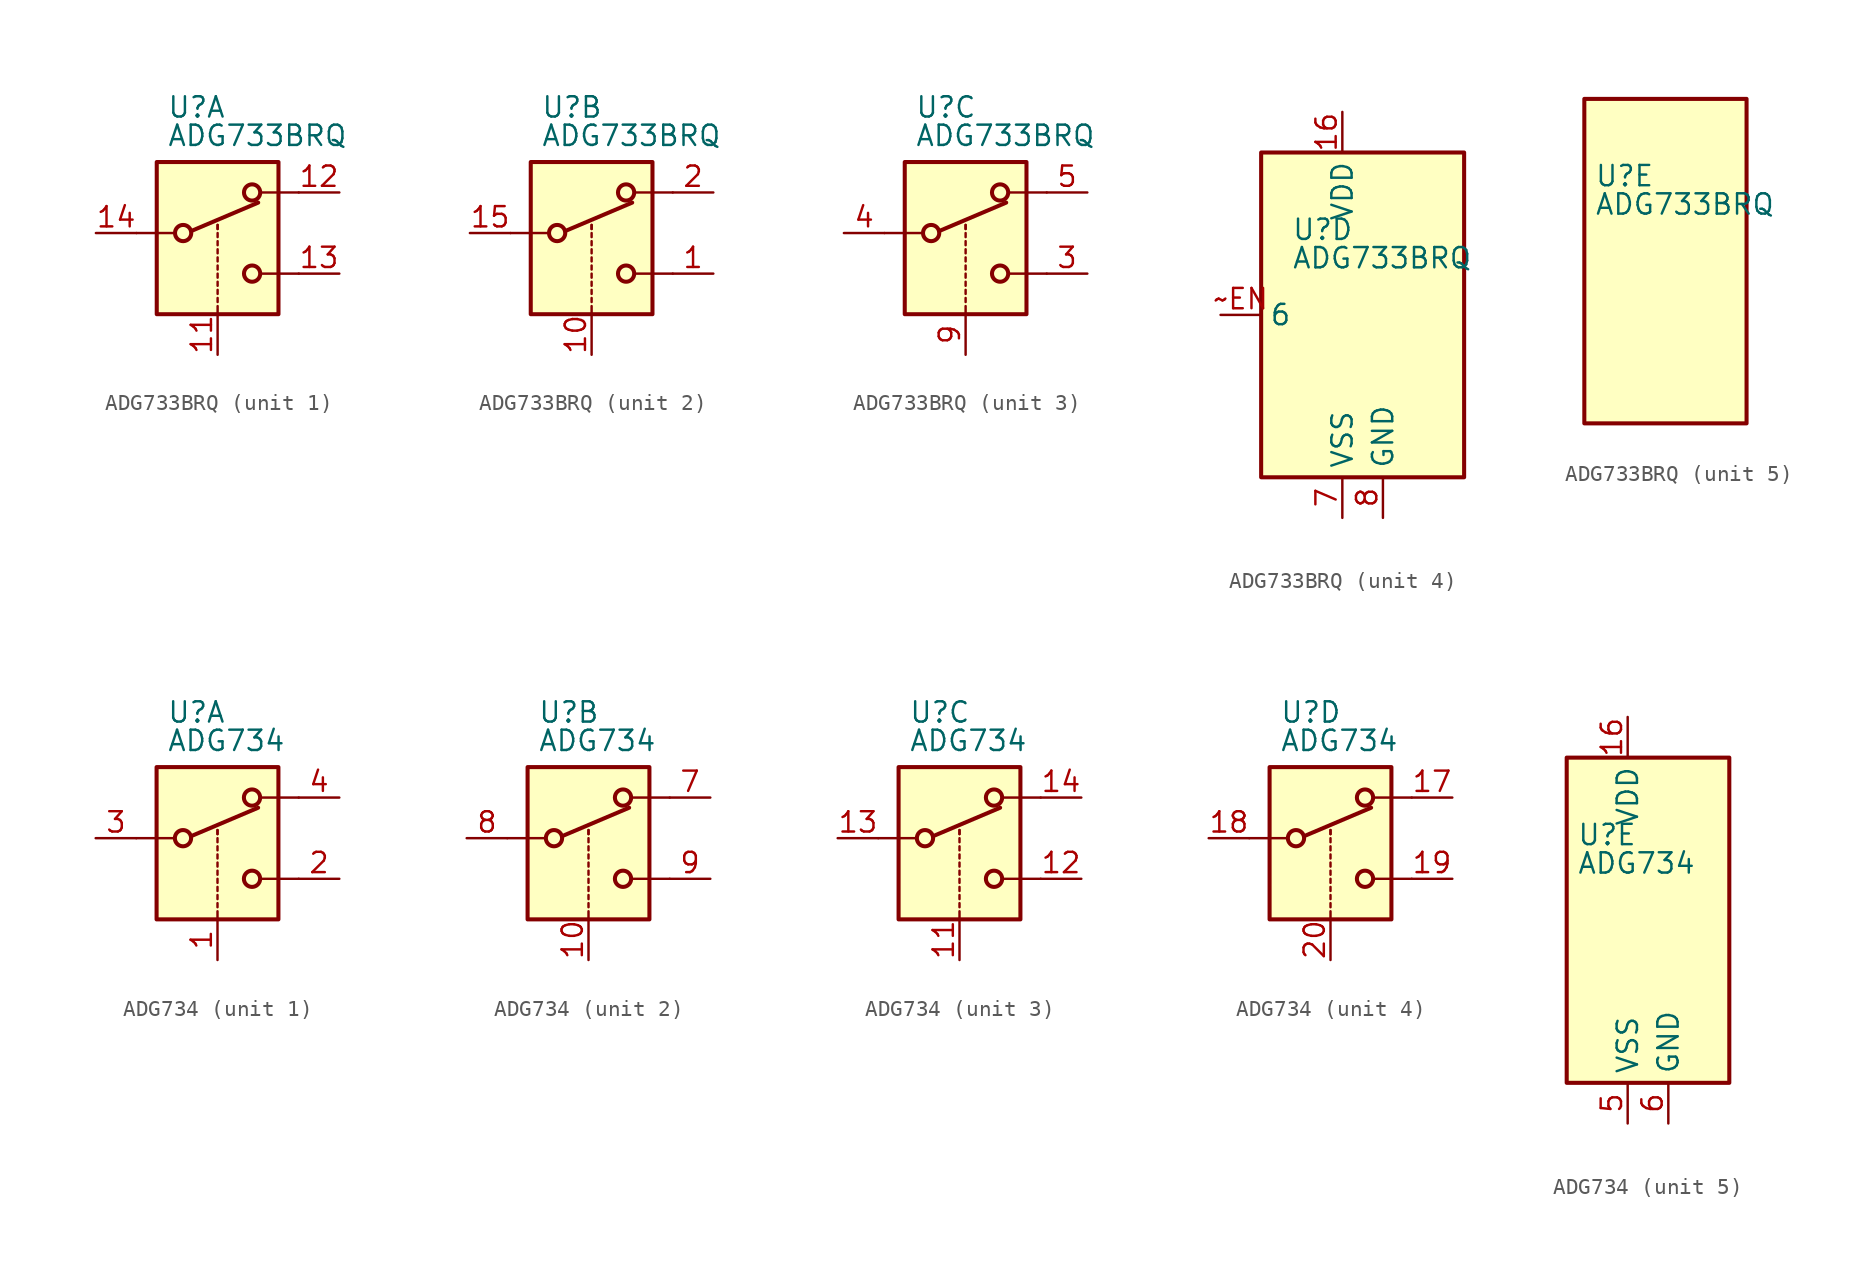
<source format=kicad_sym>
(kicad_symbol_lib
  (version 20200908)
  (generator kicad_symbol_editor)
  (symbol "Analog_Switch:ADG733BRQ"
    (property "Reference" "U"
      (at -3.175 5.334 0)
      (effects (font (size 1.27 1.27)) (justify left)))
    (property "Value" "ADG733BRQ"
      (at -3.175 3.556 0)
      (effects (font (size 1.27 1.27)) (justify left)))
    (symbol "ADG733BRQ_1_1"
      (circle (center -2.159 -2.54) (radius 0.508) (stroke (width 0.254)) (fill (type none)))
      (circle (center 2.159 -5.08) (radius 0.508) (stroke (width 0.254)) (fill (type none)))
      (circle (center 2.159 0) (radius 0.508) (stroke (width 0.254)) (fill (type none)))
      (rectangle (start -3.81 1.905) (end 3.81 -7.62) (stroke (width 0.254)) (fill (type background)))
      (polyline (pts (xy -5.08 -2.54) (xy -2.794 -2.54)) (stroke (width 0)) (fill (type none)))
      (polyline (pts (xy -1.651 -2.413) (xy 2.54 -0.635)) (stroke (width 0.254)) (fill (type none)))
      (polyline (pts (xy 0 -7.62) (xy 0 -7.112)) (stroke (width 0)) (fill (type none)))
      (polyline (pts (xy 0 -6.858) (xy 0 -6.604)) (stroke (width 0)) (fill (type none)))
      (polyline (pts (xy 0 -6.35) (xy 0 -6.096)) (stroke (width 0)) (fill (type none)))
      (polyline (pts (xy 0 -5.842) (xy 0 -5.588)) (stroke (width 0)) (fill (type none)))
      (polyline (pts (xy 0 -5.334) (xy 0 -5.08)) (stroke (width 0)) (fill (type none)))
      (polyline (pts (xy 0 -4.826) (xy 0 -4.572)) (stroke (width 0)) (fill (type none)))
      (polyline (pts (xy 0 -4.318) (xy 0 -4.064)) (stroke (width 0)) (fill (type none)))
      (polyline (pts (xy 0 -3.81) (xy 0 -3.556)) (stroke (width 0)) (fill (type none)))
      (polyline (pts (xy 0 -3.302) (xy 0 -3.048)) (stroke (width 0)) (fill (type none)))
      (polyline (pts (xy 0 -2.794) (xy 0 -2.54)) (stroke (width 0)) (fill (type none)))
      (polyline (pts (xy 0 -2.286) (xy 0 -2.032)) (stroke (width 0)) (fill (type none)))
      (polyline (pts (xy 0 -2.286) (xy 0 -2.032)) (stroke (width 0)) (fill (type none)))
      (polyline (pts (xy 5.08 -5.08) (xy 2.794 -5.08)) (stroke (width 0)) (fill (type none)))
      (polyline (pts (xy 5.08 0) (xy 2.794 0)) (stroke (width 0)) (fill (type none)))
      (pin input line (at 0 -10.16 90) (length 2.54) (name "~" (effects (font (size 1.27 1.27)))) (number "11" (effects (font (size 1.27 1.27)))))
      (pin passive line (at 7.62 0 180) (length 2.54) (name "~" (effects (font (size 1.27 1.27)))) (number "12" (effects (font (size 1.27 1.27)))))
      (pin passive line (at 7.62 -5.08 180) (length 2.54) (name "~" (effects (font (size 1.27 1.27)))) (number "13" (effects (font (size 1.27 1.27)))))
      (pin passive line (at -7.62 -2.54 0) (length 2.54) (name "~" (effects (font (size 1.27 1.27)))) (number "14" (effects (font (size 1.27 1.27))))))
    (symbol "ADG733BRQ_2_1"
      (circle (center -2.159 -2.54) (radius 0.508) (stroke (width 0.254)) (fill (type none)))
      (circle (center 2.159 -5.08) (radius 0.508) (stroke (width 0.254)) (fill (type none)))
      (circle (center 2.159 0) (radius 0.508) (stroke (width 0.254)) (fill (type none)))
      (rectangle (start -3.81 1.905) (end 3.81 -7.62) (stroke (width 0.254)) (fill (type background)))
      (polyline (pts (xy -5.08 -2.54) (xy -2.794 -2.54)) (stroke (width 0)) (fill (type none)))
      (polyline (pts (xy -1.651 -2.413) (xy 2.54 -0.635)) (stroke (width 0.254)) (fill (type none)))
      (polyline (pts (xy 0 -7.62) (xy 0 -7.112)) (stroke (width 0)) (fill (type none)))
      (polyline (pts (xy 0 -6.858) (xy 0 -6.604)) (stroke (width 0)) (fill (type none)))
      (polyline (pts (xy 0 -6.35) (xy 0 -6.096)) (stroke (width 0)) (fill (type none)))
      (polyline (pts (xy 0 -5.842) (xy 0 -5.588)) (stroke (width 0)) (fill (type none)))
      (polyline (pts (xy 0 -5.334) (xy 0 -5.08)) (stroke (width 0)) (fill (type none)))
      (polyline (pts (xy 0 -4.826) (xy 0 -4.572)) (stroke (width 0)) (fill (type none)))
      (polyline (pts (xy 0 -4.318) (xy 0 -4.064)) (stroke (width 0)) (fill (type none)))
      (polyline (pts (xy 0 -3.81) (xy 0 -3.556)) (stroke (width 0)) (fill (type none)))
      (polyline (pts (xy 0 -3.302) (xy 0 -3.048)) (stroke (width 0)) (fill (type none)))
      (polyline (pts (xy 0 -2.794) (xy 0 -2.54)) (stroke (width 0)) (fill (type none)))
      (polyline (pts (xy 0 -2.286) (xy 0 -2.032)) (stroke (width 0)) (fill (type none)))
      (polyline (pts (xy 0 -2.286) (xy 0 -2.032)) (stroke (width 0)) (fill (type none)))
      (polyline (pts (xy 5.08 -5.08) (xy 2.794 -5.08)) (stroke (width 0)) (fill (type none)))
      (polyline (pts (xy 5.08 0) (xy 2.794 0)) (stroke (width 0)) (fill (type none)))
      (pin passive line (at 7.62 -5.08 180) (length 2.54) (name "~" (effects (font (size 1.27 1.27)))) (number "1" (effects (font (size 1.27 1.27)))))
      (pin input line (at 0 -10.16 90) (length 2.54) (name "~" (effects (font (size 1.27 1.27)))) (number "10" (effects (font (size 1.27 1.27)))))
      (pin passive line (at -7.62 -2.54 0) (length 2.54) (name "~" (effects (font (size 1.27 1.27)))) (number "15" (effects (font (size 1.27 1.27)))))
      (pin passive line (at 7.62 0 180) (length 2.54) (name "~" (effects (font (size 1.27 1.27)))) (number "2" (effects (font (size 1.27 1.27))))))
    (symbol "ADG733BRQ_3_1"
      (circle (center -2.159 -2.54) (radius 0.508) (stroke (width 0.254)) (fill (type none)))
      (circle (center 2.159 -5.08) (radius 0.508) (stroke (width 0.254)) (fill (type none)))
      (circle (center 2.159 0) (radius 0.508) (stroke (width 0.254)) (fill (type none)))
      (rectangle (start -3.81 1.905) (end 3.81 -7.62) (stroke (width 0.254)) (fill (type background)))
      (polyline (pts (xy -5.08 -2.54) (xy -2.794 -2.54)) (stroke (width 0)) (fill (type none)))
      (polyline (pts (xy -1.651 -2.413) (xy 2.54 -0.635)) (stroke (width 0.254)) (fill (type none)))
      (polyline (pts (xy 0 -7.62) (xy 0 -7.112)) (stroke (width 0)) (fill (type none)))
      (polyline (pts (xy 0 -6.858) (xy 0 -6.604)) (stroke (width 0)) (fill (type none)))
      (polyline (pts (xy 0 -6.35) (xy 0 -6.096)) (stroke (width 0)) (fill (type none)))
      (polyline (pts (xy 0 -5.842) (xy 0 -5.588)) (stroke (width 0)) (fill (type none)))
      (polyline (pts (xy 0 -5.334) (xy 0 -5.08)) (stroke (width 0)) (fill (type none)))
      (polyline (pts (xy 0 -4.826) (xy 0 -4.572)) (stroke (width 0)) (fill (type none)))
      (polyline (pts (xy 0 -4.318) (xy 0 -4.064)) (stroke (width 0)) (fill (type none)))
      (polyline (pts (xy 0 -3.81) (xy 0 -3.556)) (stroke (width 0)) (fill (type none)))
      (polyline (pts (xy 0 -3.302) (xy 0 -3.048)) (stroke (width 0)) (fill (type none)))
      (polyline (pts (xy 0 -2.794) (xy 0 -2.54)) (stroke (width 0)) (fill (type none)))
      (polyline (pts (xy 0 -2.286) (xy 0 -2.032)) (stroke (width 0)) (fill (type none)))
      (polyline (pts (xy 0 -2.286) (xy 0 -2.032)) (stroke (width 0)) (fill (type none)))
      (polyline (pts (xy 5.08 -5.08) (xy 2.794 -5.08)) (stroke (width 0)) (fill (type none)))
      (polyline (pts (xy 5.08 0) (xy 2.794 0)) (stroke (width 0)) (fill (type none)))
      (pin passive line (at 7.62 -5.08 180) (length 2.54) (name "~" (effects (font (size 1.27 1.27)))) (number "3" (effects (font (size 1.27 1.27)))))
      (pin passive line (at -7.62 -2.54 0) (length 2.54) (name "~" (effects (font (size 1.27 1.27)))) (number "4" (effects (font (size 1.27 1.27)))))
      (pin passive line (at 7.62 0 180) (length 2.54) (name "~" (effects (font (size 1.27 1.27)))) (number "5" (effects (font (size 1.27 1.27)))))
      (pin input line (at 0 -10.16 90) (length 2.54) (name "~" (effects (font (size 1.27 1.27)))) (number "9" (effects (font (size 1.27 1.27))))))
    (symbol "ADG733BRQ_4_1"
      (rectangle (start -5.08 10.16) (end 7.62 -10.16) (stroke (width 0.254)) (fill (type background))))
    (symbol "ADG733BRQ_5_1"
      (rectangle (start -3.81 10.16) (end 6.35 -10.16) (stroke (width 0.254)) (fill (type background))))
    (symbol "ADG733BRQ_4_0"
      (pin power_in line (at 0 12.7 270) (length 2.54) (name "VDD" (effects (font (size 1.27 1.27)))) (number "16" (effects (font (size 1.27 1.27)))))
      (pin power_in line (at 0 -12.7 90) (length 2.54) (name "VSS" (effects (font (size 1.27 1.27)))) (number "7" (effects (font (size 1.27 1.27)))))
      (pin power_in line (at 2.54 -12.7 90) (length 2.54) (name "GND" (effects (font (size 1.27 1.27)))) (number "8" (effects (font (size 1.27 1.27)))))
      (pin input line (at -7.62 0 0) (length 2.54) (name "6" (effects (font (size 1.27 1.27)))) (number "~EN" (effects (font (size 1.27 1.27)))))))
  (symbol "Analog_Switch:ADG734"
    (property "Reference" "U"
      (at -3.175 5.334 0)
      (effects (font (size 1.27 1.27)) (justify left)))
    (property "Value" "ADG734"
      (at -3.175 3.556 0)
      (effects (font (size 1.27 1.27)) (justify left)))
    (symbol "ADG734_1_1"
      (circle (center -2.159 -2.54) (radius 0.508) (stroke (width 0.254)) (fill (type none)))
      (circle (center 2.159 -5.08) (radius 0.508) (stroke (width 0.254)) (fill (type none)))
      (circle (center 2.159 0) (radius 0.508) (stroke (width 0.254)) (fill (type none)))
      (rectangle (start -3.81 1.905) (end 3.81 -7.62) (stroke (width 0.254)) (fill (type background)))
      (polyline (pts (xy -5.08 -2.54) (xy -2.794 -2.54)) (stroke (width 0)) (fill (type none)))
      (polyline (pts (xy -1.651 -2.413) (xy 2.54 -0.635)) (stroke (width 0.254)) (fill (type none)))
      (polyline (pts (xy 0 -7.62) (xy 0 -7.112)) (stroke (width 0)) (fill (type none)))
      (polyline (pts (xy 0 -6.858) (xy 0 -6.604)) (stroke (width 0)) (fill (type none)))
      (polyline (pts (xy 0 -6.35) (xy 0 -6.096)) (stroke (width 0)) (fill (type none)))
      (polyline (pts (xy 0 -5.842) (xy 0 -5.588)) (stroke (width 0)) (fill (type none)))
      (polyline (pts (xy 0 -5.334) (xy 0 -5.08)) (stroke (width 0)) (fill (type none)))
      (polyline (pts (xy 0 -4.826) (xy 0 -4.572)) (stroke (width 0)) (fill (type none)))
      (polyline (pts (xy 0 -4.318) (xy 0 -4.064)) (stroke (width 0)) (fill (type none)))
      (polyline (pts (xy 0 -3.81) (xy 0 -3.556)) (stroke (width 0)) (fill (type none)))
      (polyline (pts (xy 0 -3.302) (xy 0 -3.048)) (stroke (width 0)) (fill (type none)))
      (polyline (pts (xy 0 -2.794) (xy 0 -2.54)) (stroke (width 0)) (fill (type none)))
      (polyline (pts (xy 0 -2.286) (xy 0 -2.032)) (stroke (width 0)) (fill (type none)))
      (polyline (pts (xy 0 -2.286) (xy 0 -2.032)) (stroke (width 0)) (fill (type none)))
      (polyline (pts (xy 5.08 -5.08) (xy 2.794 -5.08)) (stroke (width 0)) (fill (type none)))
      (polyline (pts (xy 5.08 0) (xy 2.794 0)) (stroke (width 0)) (fill (type none)))
      (pin input line (at 0 -10.16 90) (length 2.54) (name "~" (effects (font (size 1.27 1.27)))) (number "1" (effects (font (size 1.27 1.27)))))
      (pin passive line (at 7.62 -5.08 180) (length 2.54) (name "~" (effects (font (size 1.27 1.27)))) (number "2" (effects (font (size 1.27 1.27)))))
      (pin passive line (at -7.62 -2.54 0) (length 2.54) (name "~" (effects (font (size 1.27 1.27)))) (number "3" (effects (font (size 1.27 1.27)))))
      (pin passive line (at 7.62 0 180) (length 2.54) (name "~" (effects (font (size 1.27 1.27)))) (number "4" (effects (font (size 1.27 1.27))))))
    (symbol "ADG734_2_1"
      (circle (center -2.159 -2.54) (radius 0.508) (stroke (width 0.254)) (fill (type none)))
      (circle (center 2.159 -5.08) (radius 0.508) (stroke (width 0.254)) (fill (type none)))
      (circle (center 2.159 0) (radius 0.508) (stroke (width 0.254)) (fill (type none)))
      (rectangle (start -3.81 1.905) (end 3.81 -7.62) (stroke (width 0.254)) (fill (type background)))
      (polyline (pts (xy -5.08 -2.54) (xy -2.794 -2.54)) (stroke (width 0)) (fill (type none)))
      (polyline (pts (xy -1.651 -2.413) (xy 2.54 -0.635)) (stroke (width 0.254)) (fill (type none)))
      (polyline (pts (xy 0 -7.62) (xy 0 -7.112)) (stroke (width 0)) (fill (type none)))
      (polyline (pts (xy 0 -6.858) (xy 0 -6.604)) (stroke (width 0)) (fill (type none)))
      (polyline (pts (xy 0 -6.35) (xy 0 -6.096)) (stroke (width 0)) (fill (type none)))
      (polyline (pts (xy 0 -5.842) (xy 0 -5.588)) (stroke (width 0)) (fill (type none)))
      (polyline (pts (xy 0 -5.334) (xy 0 -5.08)) (stroke (width 0)) (fill (type none)))
      (polyline (pts (xy 0 -4.826) (xy 0 -4.572)) (stroke (width 0)) (fill (type none)))
      (polyline (pts (xy 0 -4.318) (xy 0 -4.064)) (stroke (width 0)) (fill (type none)))
      (polyline (pts (xy 0 -3.81) (xy 0 -3.556)) (stroke (width 0)) (fill (type none)))
      (polyline (pts (xy 0 -3.302) (xy 0 -3.048)) (stroke (width 0)) (fill (type none)))
      (polyline (pts (xy 0 -2.794) (xy 0 -2.54)) (stroke (width 0)) (fill (type none)))
      (polyline (pts (xy 0 -2.286) (xy 0 -2.032)) (stroke (width 0)) (fill (type none)))
      (polyline (pts (xy 0 -2.286) (xy 0 -2.032)) (stroke (width 0)) (fill (type none)))
      (polyline (pts (xy 5.08 -5.08) (xy 2.794 -5.08)) (stroke (width 0)) (fill (type none)))
      (polyline (pts (xy 5.08 0) (xy 2.794 0)) (stroke (width 0)) (fill (type none)))
      (pin input line (at 0 -10.16 90) (length 2.54) (name "~" (effects (font (size 1.27 1.27)))) (number "10" (effects (font (size 1.27 1.27)))))
      (pin passive line (at 7.62 0 180) (length 2.54) (name "~" (effects (font (size 1.27 1.27)))) (number "7" (effects (font (size 1.27 1.27)))))
      (pin passive line (at -7.62 -2.54 0) (length 2.54) (name "~" (effects (font (size 1.27 1.27)))) (number "8" (effects (font (size 1.27 1.27)))))
      (pin passive line (at 7.62 -5.08 180) (length 2.54) (name "~" (effects (font (size 1.27 1.27)))) (number "9" (effects (font (size 1.27 1.27))))))
    (symbol "ADG734_3_1"
      (circle (center -2.159 -2.54) (radius 0.508) (stroke (width 0.254)) (fill (type none)))
      (circle (center 2.159 -5.08) (radius 0.508) (stroke (width 0.254)) (fill (type none)))
      (circle (center 2.159 0) (radius 0.508) (stroke (width 0.254)) (fill (type none)))
      (rectangle (start -3.81 1.905) (end 3.81 -7.62) (stroke (width 0.254)) (fill (type background)))
      (polyline (pts (xy -5.08 -2.54) (xy -2.794 -2.54)) (stroke (width 0)) (fill (type none)))
      (polyline (pts (xy -1.651 -2.413) (xy 2.54 -0.635)) (stroke (width 0.254)) (fill (type none)))
      (polyline (pts (xy 0 -7.62) (xy 0 -7.112)) (stroke (width 0)) (fill (type none)))
      (polyline (pts (xy 0 -6.858) (xy 0 -6.604)) (stroke (width 0)) (fill (type none)))
      (polyline (pts (xy 0 -6.35) (xy 0 -6.096)) (stroke (width 0)) (fill (type none)))
      (polyline (pts (xy 0 -5.842) (xy 0 -5.588)) (stroke (width 0)) (fill (type none)))
      (polyline (pts (xy 0 -5.334) (xy 0 -5.08)) (stroke (width 0)) (fill (type none)))
      (polyline (pts (xy 0 -4.826) (xy 0 -4.572)) (stroke (width 0)) (fill (type none)))
      (polyline (pts (xy 0 -4.318) (xy 0 -4.064)) (stroke (width 0)) (fill (type none)))
      (polyline (pts (xy 0 -3.81) (xy 0 -3.556)) (stroke (width 0)) (fill (type none)))
      (polyline (pts (xy 0 -3.302) (xy 0 -3.048)) (stroke (width 0)) (fill (type none)))
      (polyline (pts (xy 0 -2.794) (xy 0 -2.54)) (stroke (width 0)) (fill (type none)))
      (polyline (pts (xy 0 -2.286) (xy 0 -2.032)) (stroke (width 0)) (fill (type none)))
      (polyline (pts (xy 0 -2.286) (xy 0 -2.032)) (stroke (width 0)) (fill (type none)))
      (polyline (pts (xy 5.08 -5.08) (xy 2.794 -5.08)) (stroke (width 0)) (fill (type none)))
      (polyline (pts (xy 5.08 0) (xy 2.794 0)) (stroke (width 0)) (fill (type none)))
      (pin input line (at 0 -10.16 90) (length 2.54) (name "~" (effects (font (size 1.27 1.27)))) (number "11" (effects (font (size 1.27 1.27)))))
      (pin passive line (at 7.62 -5.08 180) (length 2.54) (name "~" (effects (font (size 1.27 1.27)))) (number "12" (effects (font (size 1.27 1.27)))))
      (pin passive line (at -7.62 -2.54 0) (length 2.54) (name "~" (effects (font (size 1.27 1.27)))) (number "13" (effects (font (size 1.27 1.27)))))
      (pin passive line (at 7.62 0 180) (length 2.54) (name "~" (effects (font (size 1.27 1.27)))) (number "14" (effects (font (size 1.27 1.27))))))
    (symbol "ADG734_4_1"
      (circle (center -2.159 -2.54) (radius 0.508) (stroke (width 0.254)) (fill (type none)))
      (circle (center 2.159 -5.08) (radius 0.508) (stroke (width 0.254)) (fill (type none)))
      (circle (center 2.159 0) (radius 0.508) (stroke (width 0.254)) (fill (type none)))
      (rectangle (start -3.81 1.905) (end 3.81 -7.62) (stroke (width 0.254)) (fill (type background)))
      (polyline (pts (xy -5.08 -2.54) (xy -2.794 -2.54)) (stroke (width 0)) (fill (type none)))
      (polyline (pts (xy -1.651 -2.413) (xy 2.54 -0.635)) (stroke (width 0.254)) (fill (type none)))
      (polyline (pts (xy 0 -7.62) (xy 0 -7.112)) (stroke (width 0)) (fill (type none)))
      (polyline (pts (xy 0 -6.858) (xy 0 -6.604)) (stroke (width 0)) (fill (type none)))
      (polyline (pts (xy 0 -6.35) (xy 0 -6.096)) (stroke (width 0)) (fill (type none)))
      (polyline (pts (xy 0 -5.842) (xy 0 -5.588)) (stroke (width 0)) (fill (type none)))
      (polyline (pts (xy 0 -5.334) (xy 0 -5.08)) (stroke (width 0)) (fill (type none)))
      (polyline (pts (xy 0 -4.826) (xy 0 -4.572)) (stroke (width 0)) (fill (type none)))
      (polyline (pts (xy 0 -4.318) (xy 0 -4.064)) (stroke (width 0)) (fill (type none)))
      (polyline (pts (xy 0 -3.81) (xy 0 -3.556)) (stroke (width 0)) (fill (type none)))
      (polyline (pts (xy 0 -3.302) (xy 0 -3.048)) (stroke (width 0)) (fill (type none)))
      (polyline (pts (xy 0 -2.794) (xy 0 -2.54)) (stroke (width 0)) (fill (type none)))
      (polyline (pts (xy 0 -2.286) (xy 0 -2.032)) (stroke (width 0)) (fill (type none)))
      (polyline (pts (xy 0 -2.286) (xy 0 -2.032)) (stroke (width 0)) (fill (type none)))
      (polyline (pts (xy 5.08 -5.08) (xy 2.794 -5.08)) (stroke (width 0)) (fill (type none)))
      (polyline (pts (xy 5.08 0) (xy 2.794 0)) (stroke (width 0)) (fill (type none)))
      (pin passive line (at 7.62 0 180) (length 2.54) (name "~" (effects (font (size 1.27 1.27)))) (number "17" (effects (font (size 1.27 1.27)))))
      (pin passive line (at -7.62 -2.54 0) (length 2.54) (name "~" (effects (font (size 1.27 1.27)))) (number "18" (effects (font (size 1.27 1.27)))))
      (pin passive line (at 7.62 -5.08 180) (length 2.54) (name "~" (effects (font (size 1.27 1.27)))) (number "19" (effects (font (size 1.27 1.27)))))
      (pin input line (at 0 -10.16 90) (length 2.54) (name "~" (effects (font (size 1.27 1.27)))) (number "20" (effects (font (size 1.27 1.27))))))
    (symbol "ADG734_5_1"
      (rectangle (start -3.81 10.16) (end 6.35 -10.16) (stroke (width 0.254)) (fill (type background))))
    (symbol "ADG734_5_0"
      (pin unconnected line (at 2.54 10.16 270) (length 2.54) hide (name "NC" (effects (font (size 1.27 1.27)))) (number "15" (effects (font (size 1.27 1.27)))))
      (pin power_in line (at 0 12.7 270) (length 2.54) (name "VDD" (effects (font (size 1.27 1.27)))) (number "16" (effects (font (size 1.27 1.27)))))
      (pin power_in line (at 0 -12.7 90) (length 2.54) (name "VSS" (effects (font (size 1.27 1.27)))) (number "5" (effects (font (size 1.27 1.27)))))
      (pin power_in line (at 2.54 -12.7 90) (length 2.54) (name "GND" (effects (font (size 1.27 1.27)))) (number "6" (effects (font (size 1.27 1.27))))))))
</source>
